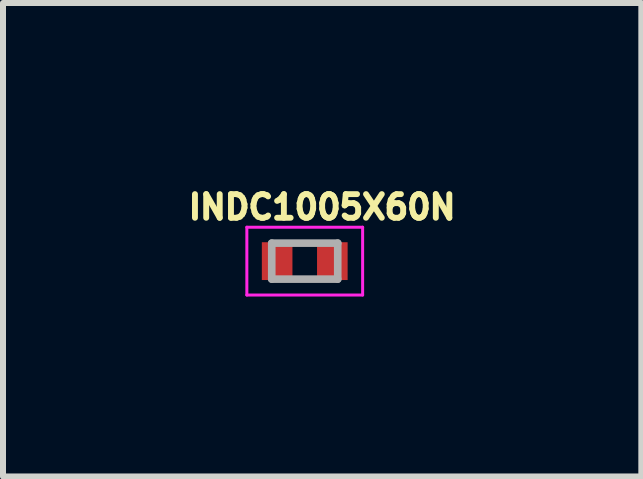
<source format=kicad_pcb>
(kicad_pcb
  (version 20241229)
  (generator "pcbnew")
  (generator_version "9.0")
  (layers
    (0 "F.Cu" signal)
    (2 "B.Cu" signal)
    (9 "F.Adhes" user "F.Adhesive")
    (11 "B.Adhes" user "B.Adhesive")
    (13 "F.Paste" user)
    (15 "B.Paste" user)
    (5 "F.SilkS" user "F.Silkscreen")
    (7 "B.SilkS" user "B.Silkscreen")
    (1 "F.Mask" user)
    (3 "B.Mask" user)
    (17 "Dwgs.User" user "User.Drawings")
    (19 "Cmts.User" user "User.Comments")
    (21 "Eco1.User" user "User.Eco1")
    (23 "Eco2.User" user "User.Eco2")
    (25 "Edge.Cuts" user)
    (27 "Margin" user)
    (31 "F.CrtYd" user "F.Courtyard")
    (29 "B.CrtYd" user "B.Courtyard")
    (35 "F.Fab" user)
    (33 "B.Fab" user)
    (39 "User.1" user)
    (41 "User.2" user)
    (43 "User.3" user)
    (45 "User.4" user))
  (footprint "INDC1005X60N"
    (layer "F.Cu")
    (at 2.03 1.303)
    (property "Reference" "INDC1005X60N" (at 0.29 -0.9 0) (layer "F.SilkS") (effects (font (size 0.394 0.394) (thickness 0.15))))
    (attr smd)
    (fp_line (start -0.965 -0.565) (end 0.965 -0.565) (stroke (width 0.05) (type solid)) (layer "F.CrtYd"))
    (fp_line (start -0.965 0.565) (end -0.965 -0.565) (stroke (width 0.05) (type solid)) (layer "F.CrtYd"))
    (fp_line (start -0.965 0.565) (end 0.965 0.565) (stroke (width 0.05) (type solid)) (layer "F.CrtYd"))
    (fp_line (start 0.965 0.565) (end 0.965 -0.565) (stroke (width 0.05) (type solid)) (layer "F.CrtYd"))
    (fp_line (start -0.55 0.3) (end -0.55 -0.3) (stroke (width 0.127) (type solid)) (layer "F.Fab"))
    (fp_line (start 0.55 -0.3) (end -0.55 -0.3) (stroke (width 0.127) (type solid)) (layer "F.Fab"))
    (fp_line (start 0.55 0.3) (end -0.55 0.3) (stroke (width 0.127) (type solid)) (layer "F.Fab"))
    (fp_line (start 0.55 0.3) (end 0.55 -0.3) (stroke (width 0.127) (type solid)) (layer "F.Fab"))
    (pad "1" smd rect (at -0.46 0) (size 0.51 0.63) (layers "F.Cu" "F.Mask" "F.Paste"))
    (pad "2" smd rect (at 0.46 0) (size 0.51 0.63) (layers "F.Cu" "F.Mask" "F.Paste")))
  (gr_rect
    (start -3 -3)
    (end 7.641 4.893)
    (stroke (width 0.1) (type default))
    (fill no)
    (layer "Edge.Cuts")))
</source>
